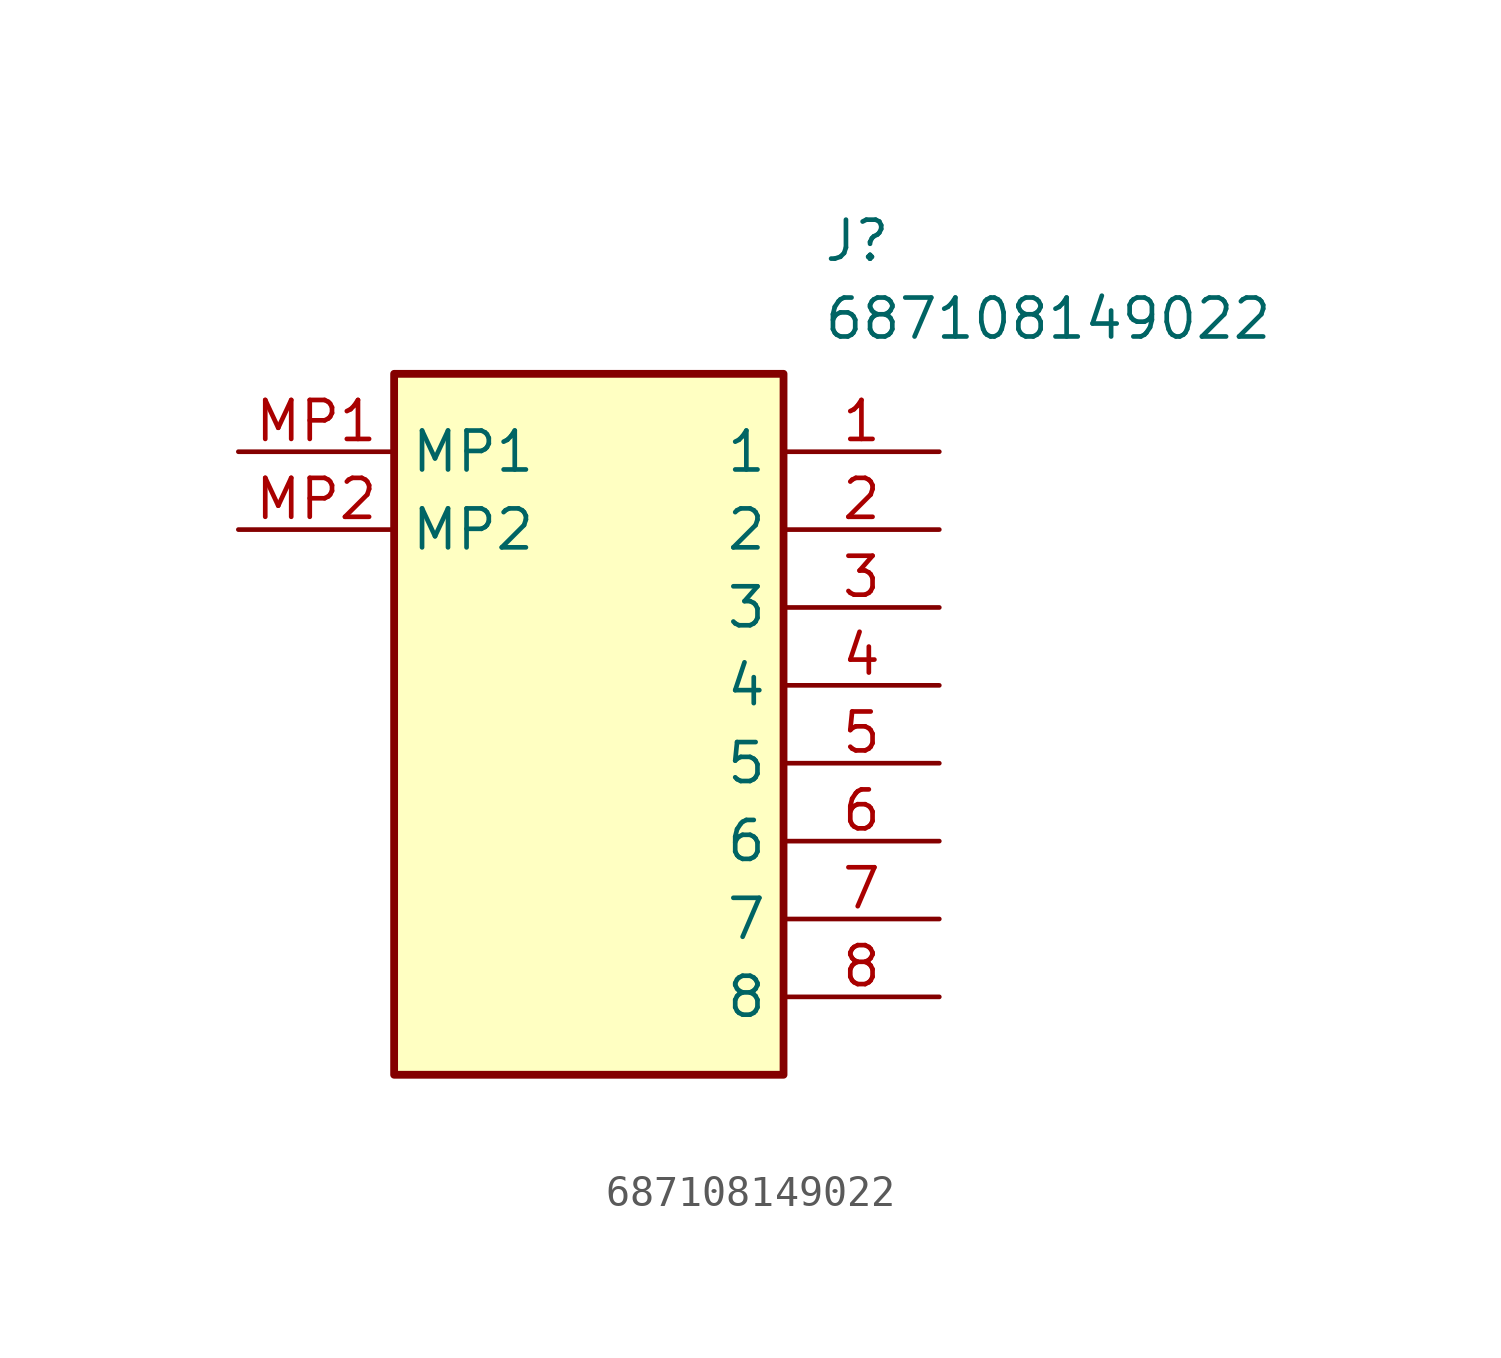
<source format=kicad_sym>
(kicad_symbol_lib
  (version 20241209)
  (generator "kicad_symbol_editor")
  (generator_version "9.0")
  (symbol "687108149022"
    (property "Reference" "J"
      (at 19.05 7.62 0)
      (effects (font (size 1.27 1.27)) (justify left top)))
    (property "Value" "687108149022"
      (at 19.05 5.08 0)
      (effects (font (size 1.27 1.27)) (justify left top)))
    (symbol "687108149022_1_1"
      (rectangle (start 5.08 2.54) (end 17.78 -20.32) (stroke (width 0.254) (type default)) (fill (type background)))
      (pin passive line (at 0 0 0) (length 5.08) (name "MP1" (effects (font (size 1.27 1.27)))) (number "MP1" (effects (font (size 1.27 1.27)))))
      (pin passive line (at 0 -2.54 0) (length 5.08) (name "MP2" (effects (font (size 1.27 1.27)))) (number "MP2" (effects (font (size 1.27 1.27)))))
      (pin passive line (at 22.86 0 180) (length 5.08) (name "1" (effects (font (size 1.27 1.27)))) (number "1" (effects (font (size 1.27 1.27)))))
      (pin passive line (at 22.86 -2.54 180) (length 5.08) (name "2" (effects (font (size 1.27 1.27)))) (number "2" (effects (font (size 1.27 1.27)))))
      (pin passive line (at 22.86 -5.08 180) (length 5.08) (name "3" (effects (font (size 1.27 1.27)))) (number "3" (effects (font (size 1.27 1.27)))))
      (pin passive line (at 22.86 -7.62 180) (length 5.08) (name "4" (effects (font (size 1.27 1.27)))) (number "4" (effects (font (size 1.27 1.27)))))
      (pin passive line (at 22.86 -10.16 180) (length 5.08) (name "5" (effects (font (size 1.27 1.27)))) (number "5" (effects (font (size 1.27 1.27)))))
      (pin passive line (at 22.86 -12.7 180) (length 5.08) (name "6" (effects (font (size 1.27 1.27)))) (number "6" (effects (font (size 1.27 1.27)))))
      (pin passive line (at 22.86 -15.24 180) (length 5.08) (name "7" (effects (font (size 1.27 1.27)))) (number "7" (effects (font (size 1.27 1.27)))))
      (pin passive line (at 22.86 -17.78 180) (length 5.08) (name "8" (effects (font (size 1.27 1.27)))) (number "8" (effects (font (size 1.27 1.27))))))))
</source>
